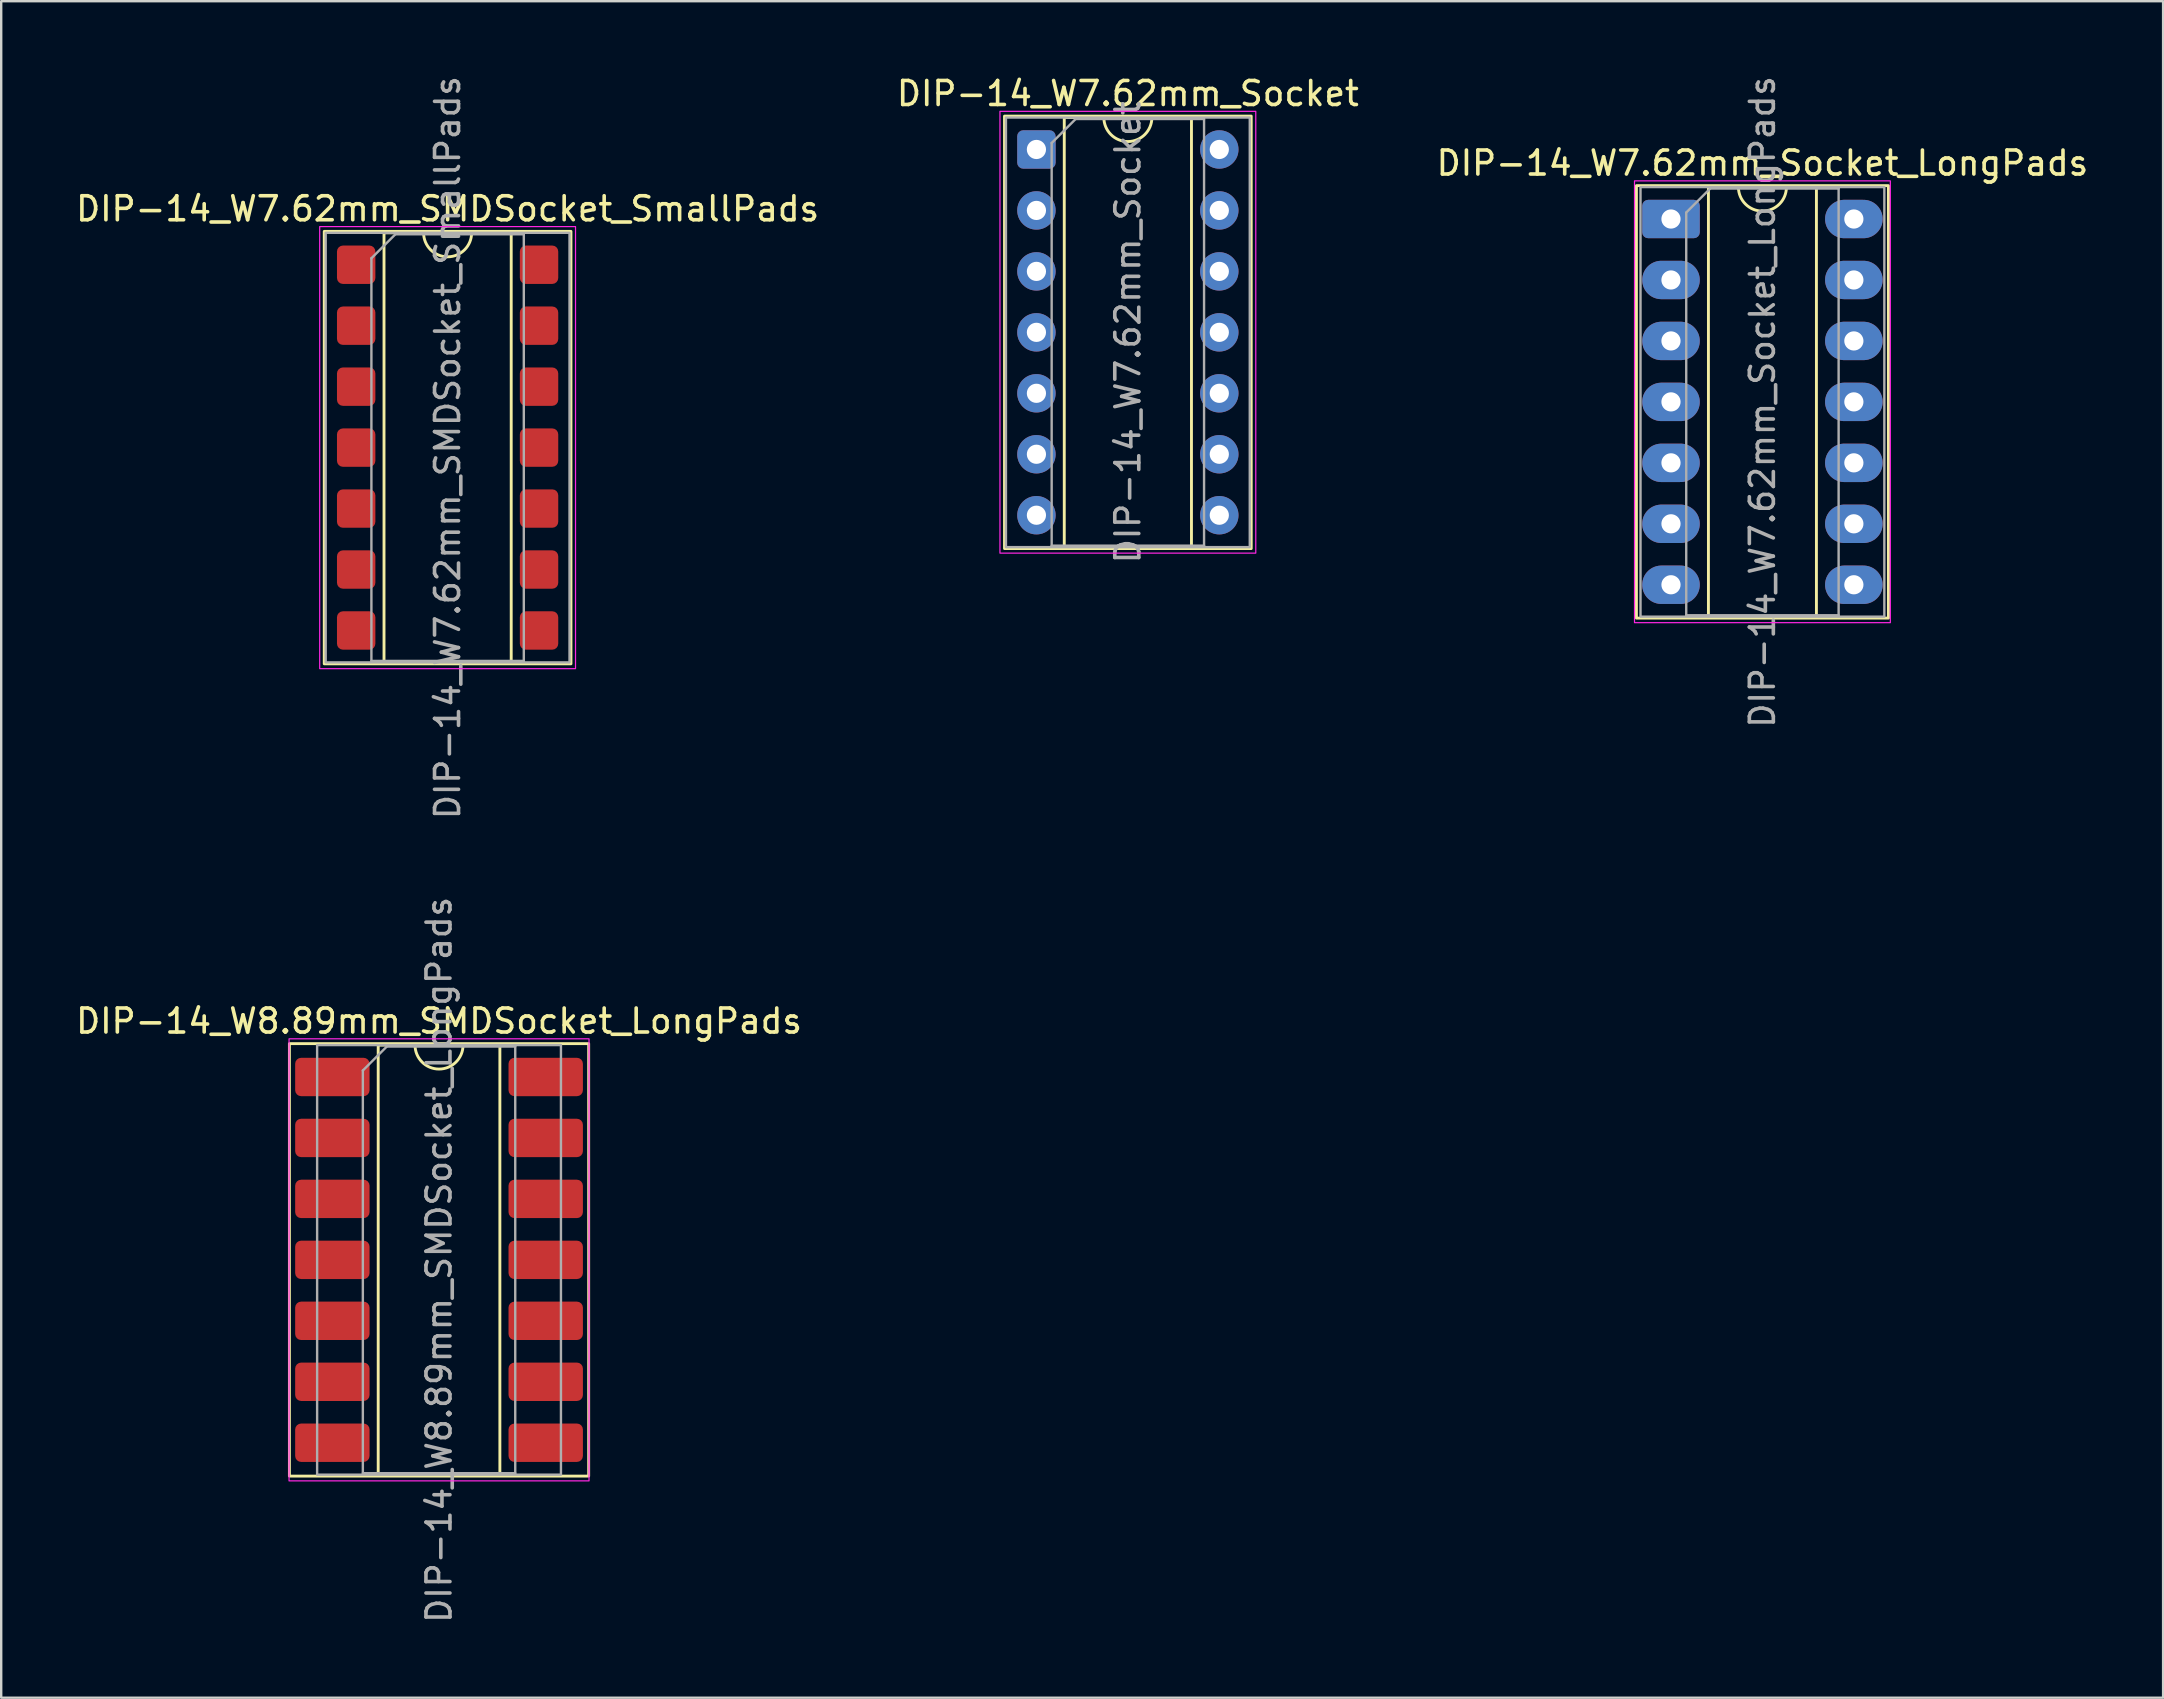
<source format=kicad_pcb>
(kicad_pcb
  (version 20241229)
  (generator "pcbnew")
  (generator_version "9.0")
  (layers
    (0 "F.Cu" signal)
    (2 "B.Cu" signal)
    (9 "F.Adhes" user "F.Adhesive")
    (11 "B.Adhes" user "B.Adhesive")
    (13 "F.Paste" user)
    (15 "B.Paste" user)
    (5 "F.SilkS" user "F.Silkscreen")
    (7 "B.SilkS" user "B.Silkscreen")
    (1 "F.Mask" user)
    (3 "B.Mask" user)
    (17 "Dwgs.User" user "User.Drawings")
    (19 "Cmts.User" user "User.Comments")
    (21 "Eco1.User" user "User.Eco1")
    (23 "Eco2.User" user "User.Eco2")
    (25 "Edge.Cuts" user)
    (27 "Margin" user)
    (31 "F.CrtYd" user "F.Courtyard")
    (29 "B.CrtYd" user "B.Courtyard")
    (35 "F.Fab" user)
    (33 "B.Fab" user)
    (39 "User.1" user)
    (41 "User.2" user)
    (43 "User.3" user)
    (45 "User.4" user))
  (footprint "DIP-14_W8.89mm_SMDSocket_LongPads"
    (layer "F.Cu")
    (at 15.244 49.446)
    (property "Reference" "DIP-14_W8.89mm_SMDSocket_LongPads" (at 0 -9.95 0) (layer "F.SilkS") (effects (font (size 1 1) (thickness 0.15))))
    (attr smd)
    (fp_line (start -2.535 -8.95) (end -2.535 8.95) (stroke (width 0.12) (type solid)) (layer "F.SilkS"))
    (fp_line (start -2.535 8.95) (end 2.535 8.95) (stroke (width 0.12) (type solid)) (layer "F.SilkS"))
    (fp_line (start -1 -8.95) (end -2.535 -8.95) (stroke (width 0.12) (type solid)) (layer "F.SilkS"))
    (fp_line (start 2.535 -8.95) (end 1 -8.95) (stroke (width 0.12) (type solid)) (layer "F.SilkS"))
    (fp_line (start 2.535 8.95) (end 2.535 -8.95) (stroke (width 0.12) (type solid)) (layer "F.SilkS"))
    (fp_rect (start -6.235 -9.01) (end 6.235 9.01) (stroke (width 0.12) (type solid)) (fill no) (layer "F.SilkS"))
    (fp_arc (start 1 -8.95) (mid 0 -7.95) (end -1 -8.95) (stroke (width 0.12) (type solid)) (layer "F.SilkS"))
    (fp_rect (start -6.25 -9.21) (end 6.25 9.21) (stroke (width 0.05) (type solid)) (fill no) (layer "F.CrtYd"))
    (fp_line (start -3.175 -7.89) (end -2.175 -8.89) (stroke (width 0.1) (type solid)) (layer "F.Fab"))
    (fp_line (start -3.175 8.89) (end -3.175 -7.89) (stroke (width 0.1) (type solid)) (layer "F.Fab"))
    (fp_line (start -2.175 -8.89) (end 3.175 -8.89) (stroke (width 0.1) (type solid)) (layer "F.Fab"))
    (fp_line (start 3.175 -8.89) (end 3.175 8.89) (stroke (width 0.1) (type solid)) (layer "F.Fab"))
    (fp_line (start 3.175 8.89) (end -3.175 8.89) (stroke (width 0.1) (type solid)) (layer "F.Fab"))
    (fp_rect (start -5.08 -8.95) (end 5.08 8.95) (stroke (width 0.1) (type solid)) (fill no) (layer "F.Fab"))
    (fp_text user "${REFERENCE}" (at 0 0 90) (layer "F.Fab") (effects (font (size 1 1) (thickness 0.15))))
    (pad "1" smd roundrect (at -4.445 -7.62) (size 3.1 1.6) (layers "F.Cu" "F.Mask" "F.Paste") (roundrect_rratio 0.156))
    (pad "2" smd roundrect (at -4.445 -5.08) (size 3.1 1.6) (layers "F.Cu" "F.Mask" "F.Paste") (roundrect_rratio 0.156))
    (pad "3" smd roundrect (at -4.445 -2.54) (size 3.1 1.6) (layers "F.Cu" "F.Mask" "F.Paste") (roundrect_rratio 0.156))
    (pad "4" smd roundrect (at -4.445 0) (size 3.1 1.6) (layers "F.Cu" "F.Mask" "F.Paste") (roundrect_rratio 0.156))
    (pad "5" smd roundrect (at -4.445 2.54) (size 3.1 1.6) (layers "F.Cu" "F.Mask" "F.Paste") (roundrect_rratio 0.156))
    (pad "6" smd roundrect (at -4.445 5.08) (size 3.1 1.6) (layers "F.Cu" "F.Mask" "F.Paste") (roundrect_rratio 0.156))
    (pad "7" smd roundrect (at -4.445 7.62) (size 3.1 1.6) (layers "F.Cu" "F.Mask" "F.Paste") (roundrect_rratio 0.156))
    (pad "8" smd roundrect (at 4.445 7.62) (size 3.1 1.6) (layers "F.Cu" "F.Mask" "F.Paste") (roundrect_rratio 0.156))
    (pad "9" smd roundrect (at 4.445 5.08) (size 3.1 1.6) (layers "F.Cu" "F.Mask" "F.Paste") (roundrect_rratio 0.156))
    (pad "10" smd roundrect (at 4.445 2.54) (size 3.1 1.6) (layers "F.Cu" "F.Mask" "F.Paste") (roundrect_rratio 0.156))
    (pad "11" smd roundrect (at 4.445 0) (size 3.1 1.6) (layers "F.Cu" "F.Mask" "F.Paste") (roundrect_rratio 0.156))
    (pad "12" smd roundrect (at 4.445 -2.54) (size 3.1 1.6) (layers "F.Cu" "F.Mask" "F.Paste") (roundrect_rratio 0.156))
    (pad "13" smd roundrect (at 4.445 -5.08) (size 3.1 1.6) (layers "F.Cu" "F.Mask" "F.Paste") (roundrect_rratio 0.156))
    (pad "14" smd roundrect (at 4.445 -7.62) (size 3.1 1.6) (layers "F.Cu" "F.Mask" "F.Paste") (roundrect_rratio 0.156)))
  (footprint "DIP-14_W7.62mm_SMDSocket_SmallPads"
    (layer "F.Cu")
    (at 15.601 15.601)
    (property "Reference" "DIP-14_W7.62mm_SMDSocket_SmallPads" (at 0 -9.95 0) (layer "F.SilkS") (effects (font (size 1 1) (thickness 0.15))))
    (attr smd)
    (fp_line (start -2.65 -8.95) (end -2.65 8.95) (stroke (width 0.12) (type solid)) (layer "F.SilkS"))
    (fp_line (start -2.65 8.95) (end 2.65 8.95) (stroke (width 0.12) (type solid)) (layer "F.SilkS"))
    (fp_line (start -1 -8.95) (end -2.65 -8.95) (stroke (width 0.12) (type solid)) (layer "F.SilkS"))
    (fp_line (start 2.65 -8.95) (end 1 -8.95) (stroke (width 0.12) (type solid)) (layer "F.SilkS"))
    (fp_line (start 2.65 8.95) (end 2.65 -8.95) (stroke (width 0.12) (type solid)) (layer "F.SilkS"))
    (fp_rect (start -5.14 -9.01) (end 5.14 9.01) (stroke (width 0.12) (type solid)) (fill no) (layer "F.SilkS"))
    (fp_arc (start 1 -8.95) (mid 0 -7.95) (end -1 -8.95) (stroke (width 0.12) (type solid)) (layer "F.SilkS"))
    (fp_rect (start -5.33 -9.21) (end 5.33 9.21) (stroke (width 0.05) (type solid)) (fill no) (layer "F.CrtYd"))
    (fp_line (start -3.175 -7.89) (end -2.175 -8.89) (stroke (width 0.1) (type solid)) (layer "F.Fab"))
    (fp_line (start -3.175 8.89) (end -3.175 -7.89) (stroke (width 0.1) (type solid)) (layer "F.Fab"))
    (fp_line (start -2.175 -8.89) (end 3.175 -8.89) (stroke (width 0.1) (type solid)) (layer "F.Fab"))
    (fp_line (start 3.175 -8.89) (end 3.175 8.89) (stroke (width 0.1) (type solid)) (layer "F.Fab"))
    (fp_line (start 3.175 8.89) (end -3.175 8.89) (stroke (width 0.1) (type solid)) (layer "F.Fab"))
    (fp_rect (start -5.08 -8.95) (end 5.08 8.95) (stroke (width 0.1) (type solid)) (fill no) (layer "F.Fab"))
    (fp_text user "${REFERENCE}" (at 0 0 90) (layer "F.Fab") (effects (font (size 1 1) (thickness 0.15))))
    (pad "1" smd roundrect (at -3.81 -7.62) (size 1.6 1.6) (layers "F.Cu" "F.Mask" "F.Paste") (roundrect_rratio 0.156))
    (pad "2" smd roundrect (at -3.81 -5.08) (size 1.6 1.6) (layers "F.Cu" "F.Mask" "F.Paste") (roundrect_rratio 0.156))
    (pad "3" smd roundrect (at -3.81 -2.54) (size 1.6 1.6) (layers "F.Cu" "F.Mask" "F.Paste") (roundrect_rratio 0.156))
    (pad "4" smd roundrect (at -3.81 0) (size 1.6 1.6) (layers "F.Cu" "F.Mask" "F.Paste") (roundrect_rratio 0.156))
    (pad "5" smd roundrect (at -3.81 2.54) (size 1.6 1.6) (layers "F.Cu" "F.Mask" "F.Paste") (roundrect_rratio 0.156))
    (pad "6" smd roundrect (at -3.81 5.08) (size 1.6 1.6) (layers "F.Cu" "F.Mask" "F.Paste") (roundrect_rratio 0.156))
    (pad "7" smd roundrect (at -3.81 7.62) (size 1.6 1.6) (layers "F.Cu" "F.Mask" "F.Paste") (roundrect_rratio 0.156))
    (pad "8" smd roundrect (at 3.81 7.62) (size 1.6 1.6) (layers "F.Cu" "F.Mask" "F.Paste") (roundrect_rratio 0.156))
    (pad "9" smd roundrect (at 3.81 5.08) (size 1.6 1.6) (layers "F.Cu" "F.Mask" "F.Paste") (roundrect_rratio 0.156))
    (pad "10" smd roundrect (at 3.81 2.54) (size 1.6 1.6) (layers "F.Cu" "F.Mask" "F.Paste") (roundrect_rratio 0.156))
    (pad "11" smd roundrect (at 3.81 0) (size 1.6 1.6) (layers "F.Cu" "F.Mask" "F.Paste") (roundrect_rratio 0.156))
    (pad "12" smd roundrect (at 3.81 -2.54) (size 1.6 1.6) (layers "F.Cu" "F.Mask" "F.Paste") (roundrect_rratio 0.156))
    (pad "13" smd roundrect (at 3.81 -5.08) (size 1.6 1.6) (layers "F.Cu" "F.Mask" "F.Paste") (roundrect_rratio 0.156))
    (pad "14" smd roundrect (at 3.81 -7.62) (size 1.6 1.6) (layers "F.Cu" "F.Mask" "F.Paste") (roundrect_rratio 0.156)))
  (footprint "DIP-14_W7.62mm_Socket_LongPads"
    (layer "F.Cu")
    (at 66.577 6.076)
    (property "Reference" "DIP-14_W7.62mm_Socket_LongPads" (at 3.81 -2.33 0) (layer "F.SilkS") (effects (font (size 1 1) (thickness 0.15))))
    (attr through_hole)
    (fp_line (start 1.56 -1.33) (end 1.56 16.57) (stroke (width 0.12) (type solid)) (layer "F.SilkS"))
    (fp_line (start 1.56 16.57) (end 6.06 16.57) (stroke (width 0.12) (type solid)) (layer "F.SilkS"))
    (fp_line (start 2.81 -1.33) (end 1.56 -1.33) (stroke (width 0.12) (type solid)) (layer "F.SilkS"))
    (fp_line (start 6.06 -1.33) (end 4.81 -1.33) (stroke (width 0.12) (type solid)) (layer "F.SilkS"))
    (fp_line (start 6.06 16.57) (end 6.06 -1.33) (stroke (width 0.12) (type solid)) (layer "F.SilkS"))
    (fp_rect (start -1.44 -1.39) (end 9.06 16.63) (stroke (width 0.12) (type solid)) (fill no) (layer "F.SilkS"))
    (fp_arc (start 4.81 -1.33) (mid 3.81 -0.33) (end 2.81 -1.33) (stroke (width 0.12) (type solid)) (layer "F.SilkS"))
    (fp_rect (start -1.52 -1.59) (end 9.14 16.82) (stroke (width 0.05) (type solid)) (fill no) (layer "F.CrtYd"))
    (fp_line (start 0.635 -0.27) (end 1.635 -1.27) (stroke (width 0.1) (type solid)) (layer "F.Fab"))
    (fp_line (start 0.635 16.51) (end 0.635 -0.27) (stroke (width 0.1) (type solid)) (layer "F.Fab"))
    (fp_line (start 1.635 -1.27) (end 6.985 -1.27) (stroke (width 0.1) (type solid)) (layer "F.Fab"))
    (fp_line (start 6.985 -1.27) (end 6.985 16.51) (stroke (width 0.1) (type solid)) (layer "F.Fab"))
    (fp_line (start 6.985 16.51) (end 0.635 16.51) (stroke (width 0.1) (type solid)) (layer "F.Fab"))
    (fp_rect (start -1.27 -1.33) (end 8.89 16.57) (stroke (width 0.1) (type solid)) (fill no) (layer "F.Fab"))
    (fp_text user "${REFERENCE}" (at 3.81 7.62 90) (layer "F.Fab") (effects (font (size 1 1) (thickness 0.15))))
    (pad "1" thru_hole roundrect (at 0 0) (size 2.4 1.6) (drill 0.8) (layers "*.Cu" "*.Mask") (roundrect_rratio 0.156))
    (pad "2" thru_hole oval (at 0 2.54) (size 2.4 1.6) (drill 0.8) (layers "*.Cu" "*.Mask"))
    (pad "3" thru_hole oval (at 0 5.08) (size 2.4 1.6) (drill 0.8) (layers "*.Cu" "*.Mask"))
    (pad "4" thru_hole oval (at 0 7.62) (size 2.4 1.6) (drill 0.8) (layers "*.Cu" "*.Mask"))
    (pad "5" thru_hole oval (at 0 10.16) (size 2.4 1.6) (drill 0.8) (layers "*.Cu" "*.Mask"))
    (pad "6" thru_hole oval (at 0 12.7) (size 2.4 1.6) (drill 0.8) (layers "*.Cu" "*.Mask"))
    (pad "7" thru_hole oval (at 0 15.24) (size 2.4 1.6) (drill 0.8) (layers "*.Cu" "*.Mask"))
    (pad "8" thru_hole oval (at 7.62 15.24) (size 2.4 1.6) (drill 0.8) (layers "*.Cu" "*.Mask"))
    (pad "9" thru_hole oval (at 7.62 12.7) (size 2.4 1.6) (drill 0.8) (layers "*.Cu" "*.Mask"))
    (pad "10" thru_hole oval (at 7.62 10.16) (size 2.4 1.6) (drill 0.8) (layers "*.Cu" "*.Mask"))
    (pad "11" thru_hole oval (at 7.62 7.62) (size 2.4 1.6) (drill 0.8) (layers "*.Cu" "*.Mask"))
    (pad "12" thru_hole oval (at 7.62 5.08) (size 2.4 1.6) (drill 0.8) (layers "*.Cu" "*.Mask"))
    (pad "13" thru_hole oval (at 7.62 2.54) (size 2.4 1.6) (drill 0.8) (layers "*.Cu" "*.Mask"))
    (pad "14" thru_hole oval (at 7.62 0) (size 2.4 1.6) (drill 0.8) (layers "*.Cu" "*.Mask")))
  (footprint "DIP-14_W7.62mm_Socket"
    (layer "F.Cu")
    (at 40.136 3.178)
    (property "Reference" "DIP-14_W7.62mm_Socket" (at 3.81 -2.33 0) (layer "F.SilkS") (effects (font (size 1 1) (thickness 0.15))))
    (attr through_hole)
    (fp_line (start 1.16 -1.33) (end 1.16 16.57) (stroke (width 0.12) (type solid)) (layer "F.SilkS"))
    (fp_line (start 1.16 16.57) (end 6.46 16.57) (stroke (width 0.12) (type solid)) (layer "F.SilkS"))
    (fp_line (start 2.81 -1.33) (end 1.16 -1.33) (stroke (width 0.12) (type solid)) (layer "F.SilkS"))
    (fp_line (start 6.46 -1.33) (end 4.81 -1.33) (stroke (width 0.12) (type solid)) (layer "F.SilkS"))
    (fp_line (start 6.46 16.57) (end 6.46 -1.33) (stroke (width 0.12) (type solid)) (layer "F.SilkS"))
    (fp_rect (start -1.33 -1.39) (end 8.95 16.63) (stroke (width 0.12) (type solid)) (fill no) (layer "F.SilkS"))
    (fp_arc (start 4.81 -1.33) (mid 3.81 -0.33) (end 2.81 -1.33) (stroke (width 0.12) (type solid)) (layer "F.SilkS"))
    (fp_rect (start -1.52 -1.59) (end 9.14 16.82) (stroke (width 0.05) (type solid)) (fill no) (layer "F.CrtYd"))
    (fp_line (start 0.635 -0.27) (end 1.635 -1.27) (stroke (width 0.1) (type solid)) (layer "F.Fab"))
    (fp_line (start 0.635 16.51) (end 0.635 -0.27) (stroke (width 0.1) (type solid)) (layer "F.Fab"))
    (fp_line (start 1.635 -1.27) (end 6.985 -1.27) (stroke (width 0.1) (type solid)) (layer "F.Fab"))
    (fp_line (start 6.985 -1.27) (end 6.985 16.51) (stroke (width 0.1) (type solid)) (layer "F.Fab"))
    (fp_line (start 6.985 16.51) (end 0.635 16.51) (stroke (width 0.1) (type solid)) (layer "F.Fab"))
    (fp_rect (start -1.27 -1.33) (end 8.89 16.57) (stroke (width 0.1) (type solid)) (fill no) (layer "F.Fab"))
    (fp_text user "${REFERENCE}" (at 3.81 7.62 90) (layer "F.Fab") (effects (font (size 1 1) (thickness 0.15))))
    (pad "1" thru_hole roundrect (at 0 0) (size 1.6 1.6) (drill 0.8) (layers "*.Cu" "*.Mask") (roundrect_rratio 0.156))
    (pad "2" thru_hole circle (at 0 2.54) (size 1.6 1.6) (drill 0.8) (layers "*.Cu" "*.Mask"))
    (pad "3" thru_hole circle (at 0 5.08) (size 1.6 1.6) (drill 0.8) (layers "*.Cu" "*.Mask"))
    (pad "4" thru_hole circle (at 0 7.62) (size 1.6 1.6) (drill 0.8) (layers "*.Cu" "*.Mask"))
    (pad "5" thru_hole circle (at 0 10.16) (size 1.6 1.6) (drill 0.8) (layers "*.Cu" "*.Mask"))
    (pad "6" thru_hole circle (at 0 12.7) (size 1.6 1.6) (drill 0.8) (layers "*.Cu" "*.Mask"))
    (pad "7" thru_hole circle (at 0 15.24) (size 1.6 1.6) (drill 0.8) (layers "*.Cu" "*.Mask"))
    (pad "8" thru_hole circle (at 7.62 15.24) (size 1.6 1.6) (drill 0.8) (layers "*.Cu" "*.Mask"))
    (pad "9" thru_hole circle (at 7.62 12.7) (size 1.6 1.6) (drill 0.8) (layers "*.Cu" "*.Mask"))
    (pad "10" thru_hole circle (at 7.62 10.16) (size 1.6 1.6) (drill 0.8) (layers "*.Cu" "*.Mask"))
    (pad "11" thru_hole circle (at 7.62 7.62) (size 1.6 1.6) (drill 0.8) (layers "*.Cu" "*.Mask"))
    (pad "12" thru_hole circle (at 7.62 5.08) (size 1.6 1.6) (drill 0.8) (layers "*.Cu" "*.Mask"))
    (pad "13" thru_hole circle (at 7.62 2.54) (size 1.6 1.6) (drill 0.8) (layers "*.Cu" "*.Mask"))
    (pad "14" thru_hole circle (at 7.62 0) (size 1.6 1.6) (drill 0.8) (layers "*.Cu" "*.Mask")))
  (gr_rect
    (start -3 -3)
    (end 87.083 67.69)
    (stroke (width 0.1) (type default))
    (fill no)
    (layer "Edge.Cuts")))
</source>
